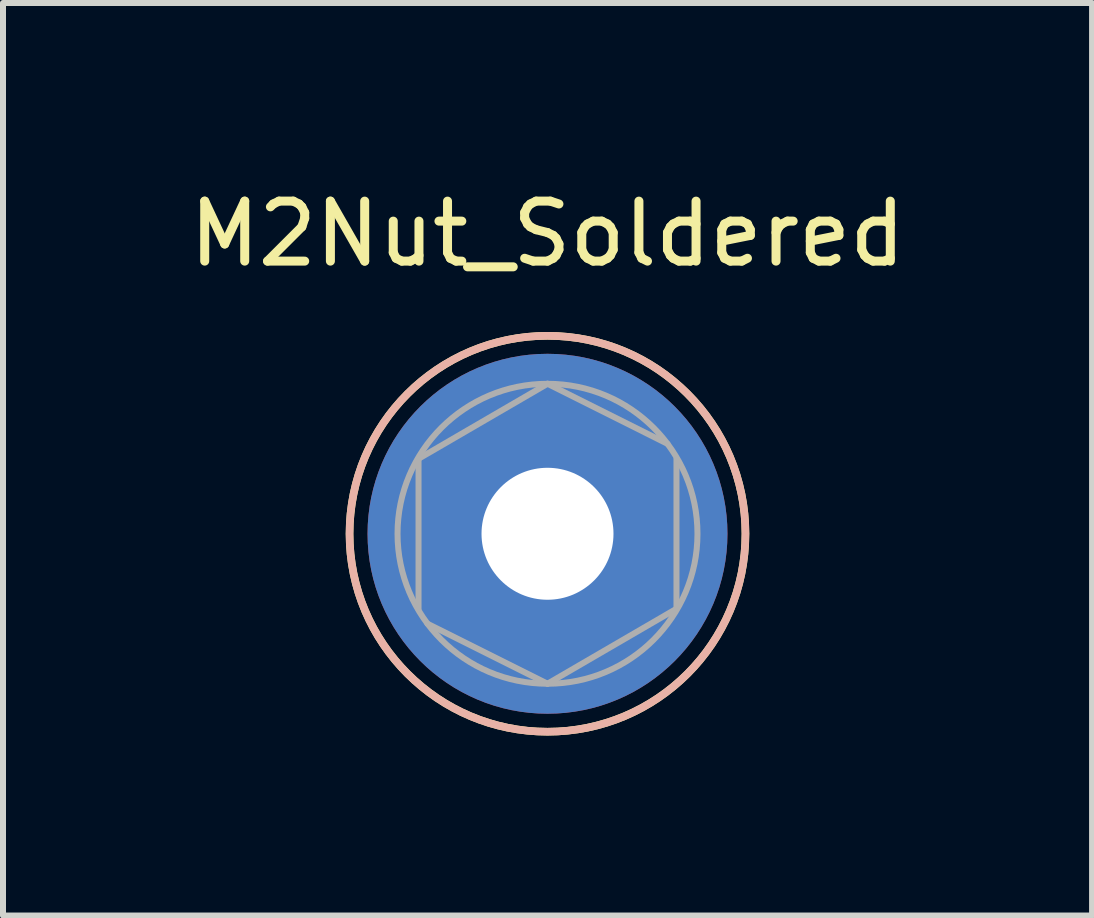
<source format=kicad_pcb>
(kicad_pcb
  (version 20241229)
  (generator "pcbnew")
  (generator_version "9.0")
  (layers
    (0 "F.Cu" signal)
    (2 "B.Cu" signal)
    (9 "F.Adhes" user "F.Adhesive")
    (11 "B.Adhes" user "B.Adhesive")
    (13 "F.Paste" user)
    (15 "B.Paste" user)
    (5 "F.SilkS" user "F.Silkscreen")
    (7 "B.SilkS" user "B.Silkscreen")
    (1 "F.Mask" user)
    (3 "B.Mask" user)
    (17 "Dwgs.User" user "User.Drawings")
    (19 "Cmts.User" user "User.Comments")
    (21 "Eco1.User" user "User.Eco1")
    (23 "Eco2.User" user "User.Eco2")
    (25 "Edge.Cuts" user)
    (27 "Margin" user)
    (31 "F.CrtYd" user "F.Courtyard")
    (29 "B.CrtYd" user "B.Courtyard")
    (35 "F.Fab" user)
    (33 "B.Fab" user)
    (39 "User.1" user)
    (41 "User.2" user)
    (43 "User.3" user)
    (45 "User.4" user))
  (footprint "M2Nut_Soldered"
    (layer "F.Cu")
    (at 6.077 5.848)
    (property "Reference" "M2Nut_Soldered" (at 0 -5 0) (layer "F.SilkS") (effects (font (size 1 1) (thickness 0.15))))
    (attr through_hole)
    (fp_circle (center 0 0) (end 0.55 0) (stroke (width 1.15) (type solid)) (fill no) (layer "F.Mask"))
    (fp_circle (center 0 0) (end 2.4 0) (stroke (width 1.3) (type solid)) (fill no) (layer "F.Mask"))
    (fp_circle (center 0 0) (end 0.55 0) (stroke (width 1.15) (type solid)) (fill no) (layer "B.Mask"))
    (fp_circle (center 0 0) (end 2.4 0) (stroke (width 1.3) (type solid)) (fill no) (layer "B.Mask"))
    (fp_circle (center 0 0) (end 3.3 0) (stroke (width 0.127) (type solid)) (fill no) (layer "F.SilkS"))
    (fp_circle (center 0 0) (end 3.3 0) (stroke (width 0.127) (type solid)) (fill no) (layer "B.SilkS"))
    (fp_line (start -2.15 -1.25) (end 0 -2.5) (stroke (width 0.1) (type solid)) (layer "F.Fab"))
    (fp_line (start -2.15 1.25) (end -2.15 -1.25) (stroke (width 0.1) (type solid)) (layer "F.Fab"))
    (fp_line (start 0 -2.5) (end 2 -1.5) (stroke (width 0.1) (type solid)) (layer "F.Fab"))
    (fp_line (start 0 2.5) (end -2 1.5) (stroke (width 0.1) (type solid)) (layer "F.Fab"))
    (fp_line (start 2.15 -1.25) (end 2.15 1.25) (stroke (width 0.1) (type solid)) (layer "F.Fab"))
    (fp_line (start 2.15 1.25) (end 0 2.5) (stroke (width 0.1) (type solid)) (layer "F.Fab"))
    (fp_circle (center 0 0) (end 2.5 0) (stroke (width 0.1) (type solid)) (fill no) (layer "F.Fab"))
    (pad "1" thru_hole circle (at 0 0) (size 6 6) (drill 2.2) (layers "*.Cu")))
  (gr_rect
    (start -3 -3)
    (end 15.155 12.212)
    (stroke (width 0.1) (type default))
    (fill no)
    (layer "Edge.Cuts")))
</source>
